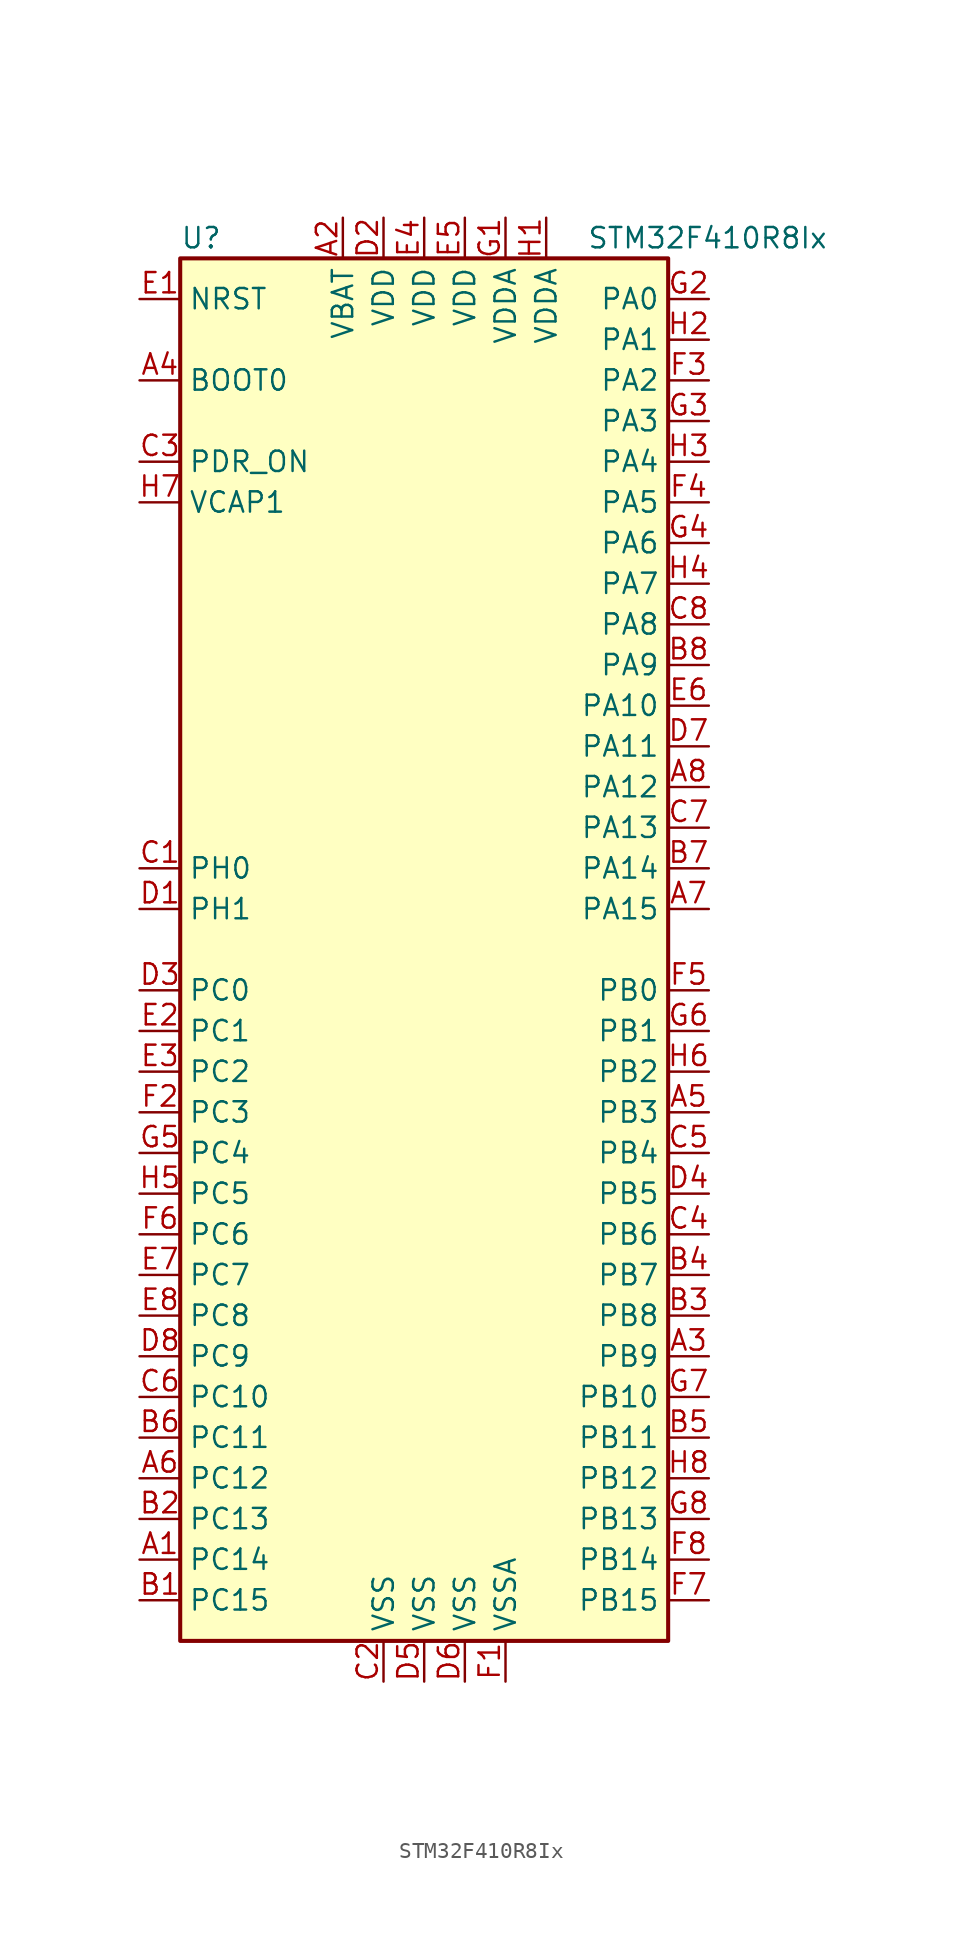
<source format=kicad_sym>
(kicad_symbol_lib
  (version 20201005)
  (generator kicad_symbol_editor)
  (symbol "MCU_ST_STM32F4:STM32F410R8Ix"
    (property "Reference" "U"
      (at -15.24 44.45 0)
      (effects (font (size 1.27 1.27)) (justify left)))
    (property "Value" "STM32F410R8Ix"
      (at 10.16 44.45 0)
      (effects (font (size 1.27 1.27)) (justify left)))
    (symbol "STM32F410R8Ix_0_1"
      (rectangle (start -15.24 -43.18) (end 15.24 43.18) (stroke (width 0.254)) (fill (type background))))
    (symbol "STM32F410R8Ix_1_1"
      (pin input line (at -17.78 35.56 0) (length 2.54) (name "BOOT0" (effects (font (size 1.27 1.27)))) (number "A4" (effects (font (size 1.27 1.27)))))
      (pin input line (at -17.78 40.64 0) (length 2.54) (name "NRST" (effects (font (size 1.27 1.27)))) (number "E1" (effects (font (size 1.27 1.27)))))
      (pin bidirectional line (at 17.78 40.64 180) (length 2.54) (name "PA0" (effects (font (size 1.27 1.27)))) (number "G2" (effects (font (size 1.27 1.27)))))
      (pin bidirectional line (at 17.78 38.1 180) (length 2.54) (name "PA1" (effects (font (size 1.27 1.27)))) (number "H2" (effects (font (size 1.27 1.27)))))
      (pin bidirectional line (at 17.78 15.24 180) (length 2.54) (name "PA10" (effects (font (size 1.27 1.27)))) (number "E6" (effects (font (size 1.27 1.27)))))
      (pin bidirectional line (at 17.78 12.7 180) (length 2.54) (name "PA11" (effects (font (size 1.27 1.27)))) (number "D7" (effects (font (size 1.27 1.27)))))
      (pin bidirectional line (at 17.78 10.16 180) (length 2.54) (name "PA12" (effects (font (size 1.27 1.27)))) (number "A8" (effects (font (size 1.27 1.27)))))
      (pin bidirectional line (at 17.78 7.62 180) (length 2.54) (name "PA13" (effects (font (size 1.27 1.27)))) (number "C7" (effects (font (size 1.27 1.27)))))
      (pin bidirectional line (at 17.78 5.08 180) (length 2.54) (name "PA14" (effects (font (size 1.27 1.27)))) (number "B7" (effects (font (size 1.27 1.27)))))
      (pin bidirectional line (at 17.78 2.54 180) (length 2.54) (name "PA15" (effects (font (size 1.27 1.27)))) (number "A7" (effects (font (size 1.27 1.27)))))
      (pin bidirectional line (at 17.78 35.56 180) (length 2.54) (name "PA2" (effects (font (size 1.27 1.27)))) (number "F3" (effects (font (size 1.27 1.27)))))
      (pin bidirectional line (at 17.78 33.02 180) (length 2.54) (name "PA3" (effects (font (size 1.27 1.27)))) (number "G3" (effects (font (size 1.27 1.27)))))
      (pin bidirectional line (at 17.78 30.48 180) (length 2.54) (name "PA4" (effects (font (size 1.27 1.27)))) (number "H3" (effects (font (size 1.27 1.27)))))
      (pin bidirectional line (at 17.78 27.94 180) (length 2.54) (name "PA5" (effects (font (size 1.27 1.27)))) (number "F4" (effects (font (size 1.27 1.27)))))
      (pin bidirectional line (at 17.78 25.4 180) (length 2.54) (name "PA6" (effects (font (size 1.27 1.27)))) (number "G4" (effects (font (size 1.27 1.27)))))
      (pin bidirectional line (at 17.78 22.86 180) (length 2.54) (name "PA7" (effects (font (size 1.27 1.27)))) (number "H4" (effects (font (size 1.27 1.27)))))
      (pin bidirectional line (at 17.78 20.32 180) (length 2.54) (name "PA8" (effects (font (size 1.27 1.27)))) (number "C8" (effects (font (size 1.27 1.27)))))
      (pin bidirectional line (at 17.78 17.78 180) (length 2.54) (name "PA9" (effects (font (size 1.27 1.27)))) (number "B8" (effects (font (size 1.27 1.27)))))
      (pin bidirectional line (at 17.78 -2.54 180) (length 2.54) (name "PB0" (effects (font (size 1.27 1.27)))) (number "F5" (effects (font (size 1.27 1.27)))))
      (pin bidirectional line (at 17.78 -5.08 180) (length 2.54) (name "PB1" (effects (font (size 1.27 1.27)))) (number "G6" (effects (font (size 1.27 1.27)))))
      (pin bidirectional line (at 17.78 -27.94 180) (length 2.54) (name "PB10" (effects (font (size 1.27 1.27)))) (number "G7" (effects (font (size 1.27 1.27)))))
      (pin bidirectional line (at 17.78 -30.48 180) (length 2.54) (name "PB11" (effects (font (size 1.27 1.27)))) (number "B5" (effects (font (size 1.27 1.27)))))
      (pin bidirectional line (at 17.78 -33.02 180) (length 2.54) (name "PB12" (effects (font (size 1.27 1.27)))) (number "H8" (effects (font (size 1.27 1.27)))))
      (pin bidirectional line (at 17.78 -35.56 180) (length 2.54) (name "PB13" (effects (font (size 1.27 1.27)))) (number "G8" (effects (font (size 1.27 1.27)))))
      (pin bidirectional line (at 17.78 -38.1 180) (length 2.54) (name "PB14" (effects (font (size 1.27 1.27)))) (number "F8" (effects (font (size 1.27 1.27)))))
      (pin bidirectional line (at 17.78 -40.64 180) (length 2.54) (name "PB15" (effects (font (size 1.27 1.27)))) (number "F7" (effects (font (size 1.27 1.27)))))
      (pin bidirectional line (at 17.78 -7.62 180) (length 2.54) (name "PB2" (effects (font (size 1.27 1.27)))) (number "H6" (effects (font (size 1.27 1.27)))))
      (pin bidirectional line (at 17.78 -10.16 180) (length 2.54) (name "PB3" (effects (font (size 1.27 1.27)))) (number "A5" (effects (font (size 1.27 1.27)))))
      (pin bidirectional line (at 17.78 -12.7 180) (length 2.54) (name "PB4" (effects (font (size 1.27 1.27)))) (number "C5" (effects (font (size 1.27 1.27)))))
      (pin bidirectional line (at 17.78 -15.24 180) (length 2.54) (name "PB5" (effects (font (size 1.27 1.27)))) (number "D4" (effects (font (size 1.27 1.27)))))
      (pin bidirectional line (at 17.78 -17.78 180) (length 2.54) (name "PB6" (effects (font (size 1.27 1.27)))) (number "C4" (effects (font (size 1.27 1.27)))))
      (pin bidirectional line (at 17.78 -20.32 180) (length 2.54) (name "PB7" (effects (font (size 1.27 1.27)))) (number "B4" (effects (font (size 1.27 1.27)))))
      (pin bidirectional line (at 17.78 -22.86 180) (length 2.54) (name "PB8" (effects (font (size 1.27 1.27)))) (number "B3" (effects (font (size 1.27 1.27)))))
      (pin bidirectional line (at 17.78 -25.4 180) (length 2.54) (name "PB9" (effects (font (size 1.27 1.27)))) (number "A3" (effects (font (size 1.27 1.27)))))
      (pin bidirectional line (at -17.78 -2.54 0) (length 2.54) (name "PC0" (effects (font (size 1.27 1.27)))) (number "D3" (effects (font (size 1.27 1.27)))))
      (pin bidirectional line (at -17.78 -5.08 0) (length 2.54) (name "PC1" (effects (font (size 1.27 1.27)))) (number "E2" (effects (font (size 1.27 1.27)))))
      (pin bidirectional line (at -17.78 -27.94 0) (length 2.54) (name "PC10" (effects (font (size 1.27 1.27)))) (number "C6" (effects (font (size 1.27 1.27)))))
      (pin bidirectional line (at -17.78 -30.48 0) (length 2.54) (name "PC11" (effects (font (size 1.27 1.27)))) (number "B6" (effects (font (size 1.27 1.27)))))
      (pin bidirectional line (at -17.78 -33.02 0) (length 2.54) (name "PC12" (effects (font (size 1.27 1.27)))) (number "A6" (effects (font (size 1.27 1.27)))))
      (pin bidirectional line (at -17.78 -35.56 0) (length 2.54) (name "PC13" (effects (font (size 1.27 1.27)))) (number "B2" (effects (font (size 1.27 1.27)))))
      (pin bidirectional line (at -17.78 -38.1 0) (length 2.54) (name "PC14" (effects (font (size 1.27 1.27)))) (number "A1" (effects (font (size 1.27 1.27)))))
      (pin bidirectional line (at -17.78 -40.64 0) (length 2.54) (name "PC15" (effects (font (size 1.27 1.27)))) (number "B1" (effects (font (size 1.27 1.27)))))
      (pin bidirectional line (at -17.78 -7.62 0) (length 2.54) (name "PC2" (effects (font (size 1.27 1.27)))) (number "E3" (effects (font (size 1.27 1.27)))))
      (pin bidirectional line (at -17.78 -10.16 0) (length 2.54) (name "PC3" (effects (font (size 1.27 1.27)))) (number "F2" (effects (font (size 1.27 1.27)))))
      (pin bidirectional line (at -17.78 -12.7 0) (length 2.54) (name "PC4" (effects (font (size 1.27 1.27)))) (number "G5" (effects (font (size 1.27 1.27)))))
      (pin bidirectional line (at -17.78 -15.24 0) (length 2.54) (name "PC5" (effects (font (size 1.27 1.27)))) (number "H5" (effects (font (size 1.27 1.27)))))
      (pin bidirectional line (at -17.78 -17.78 0) (length 2.54) (name "PC6" (effects (font (size 1.27 1.27)))) (number "F6" (effects (font (size 1.27 1.27)))))
      (pin bidirectional line (at -17.78 -20.32 0) (length 2.54) (name "PC7" (effects (font (size 1.27 1.27)))) (number "E7" (effects (font (size 1.27 1.27)))))
      (pin bidirectional line (at -17.78 -22.86 0) (length 2.54) (name "PC8" (effects (font (size 1.27 1.27)))) (number "E8" (effects (font (size 1.27 1.27)))))
      (pin bidirectional line (at -17.78 -25.4 0) (length 2.54) (name "PC9" (effects (font (size 1.27 1.27)))) (number "D8" (effects (font (size 1.27 1.27)))))
      (pin power_in line (at -17.78 30.48 0) (length 2.54) (name "PDR_ON" (effects (font (size 1.27 1.27)))) (number "C3" (effects (font (size 1.27 1.27)))))
      (pin input line (at -17.78 5.08 0) (length 2.54) (name "PH0" (effects (font (size 1.27 1.27)))) (number "C1" (effects (font (size 1.27 1.27)))))
      (pin input line (at -17.78 2.54 0) (length 2.54) (name "PH1" (effects (font (size 1.27 1.27)))) (number "D1" (effects (font (size 1.27 1.27)))))
      (pin power_in line (at -5.08 45.72 270) (length 2.54) (name "VBAT" (effects (font (size 1.27 1.27)))) (number "A2" (effects (font (size 1.27 1.27)))))
      (pin power_in line (at -17.78 27.94 0) (length 2.54) (name "VCAP1" (effects (font (size 1.27 1.27)))) (number "H7" (effects (font (size 1.27 1.27)))))
      (pin power_in line (at -2.54 45.72 270) (length 2.54) (name "VDD" (effects (font (size 1.27 1.27)))) (number "D2" (effects (font (size 1.27 1.27)))))
      (pin power_in line (at 0 45.72 270) (length 2.54) (name "VDD" (effects (font (size 1.27 1.27)))) (number "E4" (effects (font (size 1.27 1.27)))))
      (pin power_in line (at 2.54 45.72 270) (length 2.54) (name "VDD" (effects (font (size 1.27 1.27)))) (number "E5" (effects (font (size 1.27 1.27)))))
      (pin power_in line (at 5.08 45.72 270) (length 2.54) (name "VDDA" (effects (font (size 1.27 1.27)))) (number "G1" (effects (font (size 1.27 1.27)))))
      (pin power_in line (at 7.62 45.72 270) (length 2.54) (name "VDDA" (effects (font (size 1.27 1.27)))) (number "H1" (effects (font (size 1.27 1.27)))))
      (pin power_in line (at -2.54 -45.72 90) (length 2.54) (name "VSS" (effects (font (size 1.27 1.27)))) (number "C2" (effects (font (size 1.27 1.27)))))
      (pin power_in line (at 0 -45.72 90) (length 2.54) (name "VSS" (effects (font (size 1.27 1.27)))) (number "D5" (effects (font (size 1.27 1.27)))))
      (pin power_in line (at 2.54 -45.72 90) (length 2.54) (name "VSS" (effects (font (size 1.27 1.27)))) (number "D6" (effects (font (size 1.27 1.27)))))
      (pin power_in line (at 5.08 -45.72 90) (length 2.54) (name "VSSA" (effects (font (size 1.27 1.27)))) (number "F1" (effects (font (size 1.27 1.27))))))))
</source>
